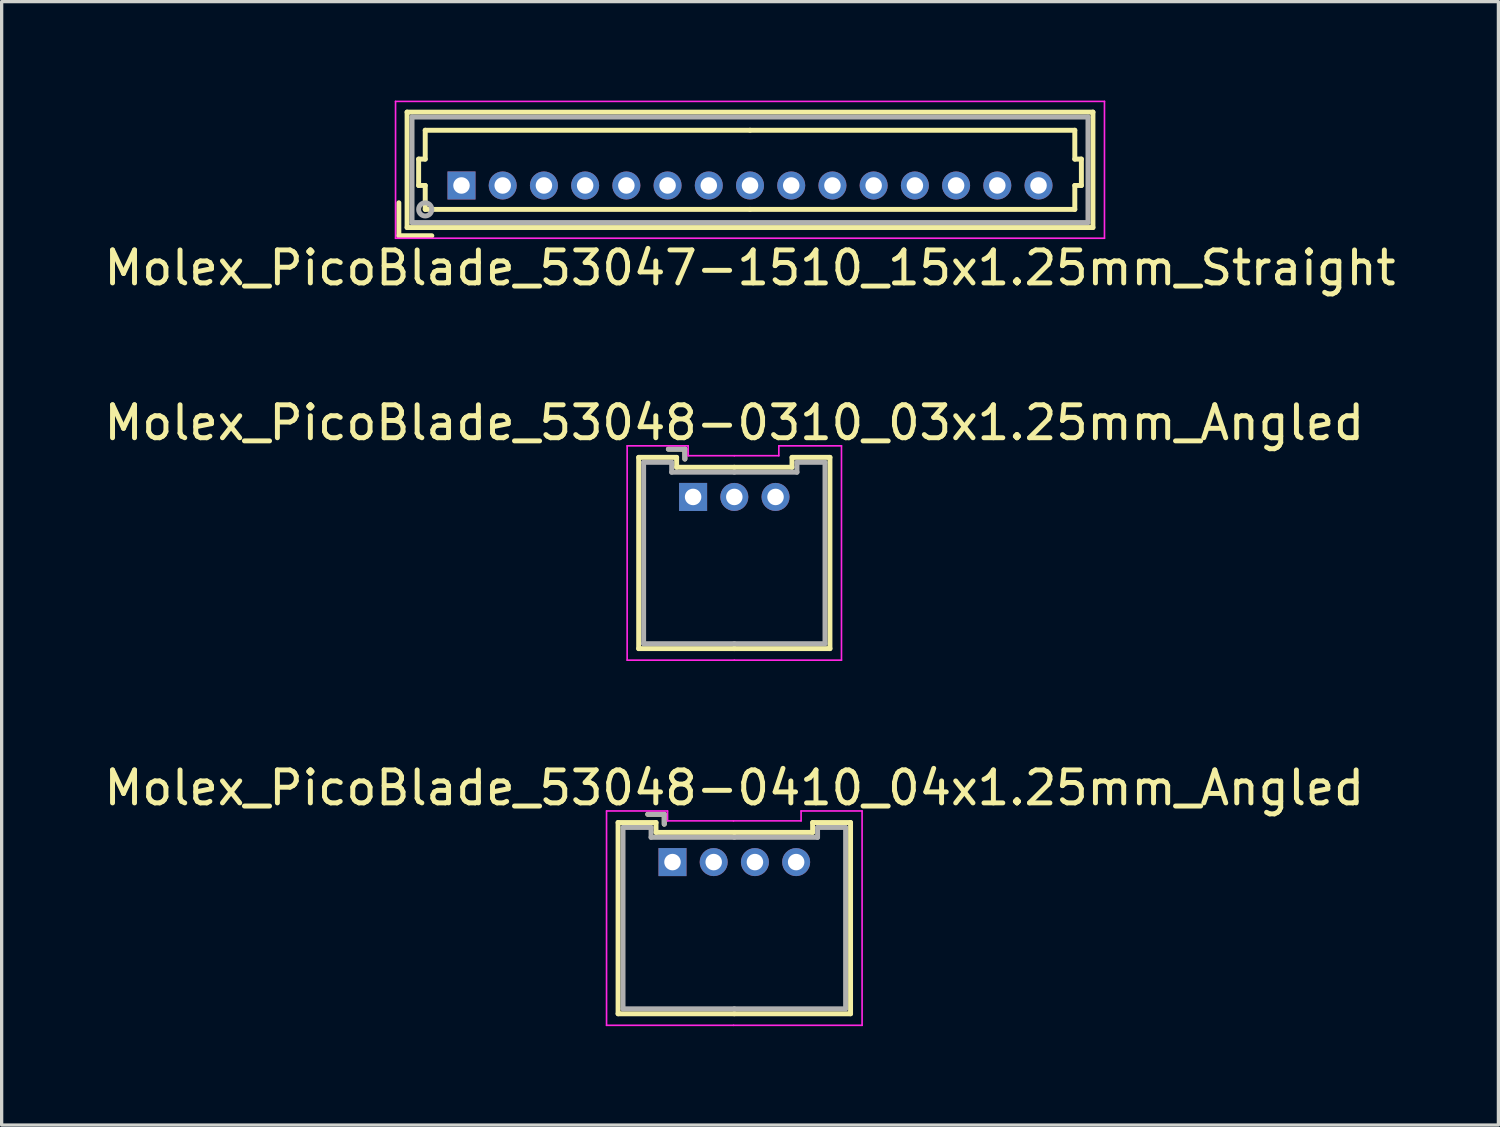
<source format=kicad_pcb>
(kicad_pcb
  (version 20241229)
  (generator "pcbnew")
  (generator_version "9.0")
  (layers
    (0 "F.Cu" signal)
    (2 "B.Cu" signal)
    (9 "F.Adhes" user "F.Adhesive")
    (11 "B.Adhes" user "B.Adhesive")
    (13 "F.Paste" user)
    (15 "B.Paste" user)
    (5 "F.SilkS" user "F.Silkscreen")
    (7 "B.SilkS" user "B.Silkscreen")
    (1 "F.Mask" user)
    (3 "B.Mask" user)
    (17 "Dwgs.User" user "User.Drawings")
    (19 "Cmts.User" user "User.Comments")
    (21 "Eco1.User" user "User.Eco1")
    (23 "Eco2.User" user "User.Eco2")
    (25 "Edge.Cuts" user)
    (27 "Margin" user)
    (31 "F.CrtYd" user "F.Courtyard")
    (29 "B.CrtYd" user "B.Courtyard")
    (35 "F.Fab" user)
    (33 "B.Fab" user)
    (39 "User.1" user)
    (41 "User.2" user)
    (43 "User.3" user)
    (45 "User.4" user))
  (footprint "Molex_PicoBlade_53048-0410_04x1.25mm_Angled"
    (layer "F.Cu")
    (at 17.345 23.095)
    (property "Reference" "Molex_PicoBlade_53048-0410_04x1.25mm_Angled" (at 1.875 -2.25 0) (layer "F.SilkS") (effects (font (size 1 1) (thickness 0.15))))
    (attr through_hole)
    (fp_line (start -1.65 -1.2) (end -1.65 4.6) (stroke (width 0.15) (type solid)) (layer "F.SilkS"))
    (fp_line (start -1.65 4.6) (end 1.875 4.6) (stroke (width 0.15) (type solid)) (layer "F.SilkS"))
    (fp_line (start -0.5 -1.2) (end -1.65 -1.2) (stroke (width 0.15) (type solid)) (layer "F.SilkS"))
    (fp_line (start -0.5 -0.9) (end -0.5 -1.2) (stroke (width 0.15) (type solid)) (layer "F.SilkS"))
    (fp_line (start -0.25 -1.45) (end -0.75 -1.45) (stroke (width 0.15) (type solid)) (layer "F.SilkS"))
    (fp_line (start -0.25 -1.15) (end -0.25 -1.45) (stroke (width 0.15) (type solid)) (layer "F.SilkS"))
    (fp_line (start 1.875 -0.9) (end -0.5 -0.9) (stroke (width 0.15) (type solid)) (layer "F.SilkS"))
    (fp_line (start 1.875 -0.9) (end 4.25 -0.9) (stroke (width 0.15) (type solid)) (layer "F.SilkS"))
    (fp_line (start 4.25 -1.2) (end 5.4 -1.2) (stroke (width 0.15) (type solid)) (layer "F.SilkS"))
    (fp_line (start 4.25 -0.9) (end 4.25 -1.2) (stroke (width 0.15) (type solid)) (layer "F.SilkS"))
    (fp_line (start 5.4 -1.2) (end 5.4 4.6) (stroke (width 0.15) (type solid)) (layer "F.SilkS"))
    (fp_line (start 5.4 4.6) (end 1.875 4.6) (stroke (width 0.15) (type solid)) (layer "F.SilkS"))
    (fp_line (start -2 -1.55) (end -2 4.95) (stroke (width 0.05) (type solid)) (layer "F.CrtYd"))
    (fp_line (start -2 4.95) (end 1.85 4.95) (stroke (width 0.05) (type solid)) (layer "F.CrtYd"))
    (fp_line (start -0.15 -1.55) (end -2 -1.55) (stroke (width 0.05) (type solid)) (layer "F.CrtYd"))
    (fp_line (start -0.15 -1.25) (end -0.15 -1.55) (stroke (width 0.05) (type solid)) (layer "F.CrtYd"))
    (fp_line (start 1.85 -1.25) (end -0.15 -1.25) (stroke (width 0.05) (type solid)) (layer "F.CrtYd"))
    (fp_line (start 1.85 -1.25) (end 3.9 -1.25) (stroke (width 0.05) (type solid)) (layer "F.CrtYd"))
    (fp_line (start 3.9 -1.55) (end 5.75 -1.55) (stroke (width 0.05) (type solid)) (layer "F.CrtYd"))
    (fp_line (start 3.9 -1.25) (end 3.9 -1.55) (stroke (width 0.05) (type solid)) (layer "F.CrtYd"))
    (fp_line (start 5.75 -1.55) (end 5.75 4.95) (stroke (width 0.05) (type solid)) (layer "F.CrtYd"))
    (fp_line (start 5.75 4.95) (end 1.85 4.95) (stroke (width 0.05) (type solid)) (layer "F.CrtYd"))
    (fp_line (start -1.5 -1.05) (end -1.5 4.45) (stroke (width 0.15) (type solid)) (layer "F.Fab"))
    (fp_line (start -1.5 4.45) (end 1.875 4.45) (stroke (width 0.15) (type solid)) (layer "F.Fab"))
    (fp_line (start -0.65 -1.05) (end -1.5 -1.05) (stroke (width 0.15) (type solid)) (layer "F.Fab"))
    (fp_line (start -0.65 -0.75) (end -0.65 -1.05) (stroke (width 0.15) (type solid)) (layer "F.Fab"))
    (fp_line (start -0.25 -1.45) (end -0.75 -1.45) (stroke (width 0.15) (type solid)) (layer "F.Fab"))
    (fp_line (start -0.25 -1.15) (end -0.25 -1.45) (stroke (width 0.15) (type solid)) (layer "F.Fab"))
    (fp_line (start 1.875 -0.75) (end -0.65 -0.75) (stroke (width 0.15) (type solid)) (layer "F.Fab"))
    (fp_line (start 1.875 -0.75) (end 4.4 -0.75) (stroke (width 0.15) (type solid)) (layer "F.Fab"))
    (fp_line (start 4.4 -1.05) (end 5.25 -1.05) (stroke (width 0.15) (type solid)) (layer "F.Fab"))
    (fp_line (start 4.4 -0.75) (end 4.4 -1.05) (stroke (width 0.15) (type solid)) (layer "F.Fab"))
    (fp_line (start 5.25 -1.05) (end 5.25 4.45) (stroke (width 0.15) (type solid)) (layer "F.Fab"))
    (fp_line (start 5.25 4.45) (end 1.875 4.45) (stroke (width 0.15) (type solid)) (layer "F.Fab"))
    (pad "1" thru_hole rect (at 0 0) (size 0.85 0.85) (drill 0.5) (layers "*.Cu" "*.Mask"))
    (pad "2" thru_hole circle (at 1.25 0) (size 0.85 0.85) (drill 0.5) (layers "*.Cu" "*.Mask"))
    (pad "3" thru_hole circle (at 2.5 0) (size 0.85 0.85) (drill 0.5) (layers "*.Cu" "*.Mask"))
    (pad "4" thru_hole circle (at 3.75 0) (size 0.85 0.85) (drill 0.5) (layers "*.Cu" "*.Mask")))
  (footprint "Molex_PicoBlade_53048-0310_03x1.25mm_Angled"
    (layer "F.Cu")
    (at 17.97 12.021)
    (property "Reference" "Molex_PicoBlade_53048-0310_03x1.25mm_Angled" (at 1.25 -2.25 0) (layer "F.SilkS") (effects (font (size 1 1) (thickness 0.15))))
    (attr through_hole)
    (fp_line (start -1.65 -1.2) (end -1.65 4.6) (stroke (width 0.15) (type solid)) (layer "F.SilkS"))
    (fp_line (start -1.65 4.6) (end 1.25 4.6) (stroke (width 0.15) (type solid)) (layer "F.SilkS"))
    (fp_line (start -0.5 -1.2) (end -1.65 -1.2) (stroke (width 0.15) (type solid)) (layer "F.SilkS"))
    (fp_line (start -0.5 -0.9) (end -0.5 -1.2) (stroke (width 0.15) (type solid)) (layer "F.SilkS"))
    (fp_line (start -0.25 -1.45) (end -0.75 -1.45) (stroke (width 0.15) (type solid)) (layer "F.SilkS"))
    (fp_line (start -0.25 -1.15) (end -0.25 -1.45) (stroke (width 0.15) (type solid)) (layer "F.SilkS"))
    (fp_line (start 1.25 -0.9) (end -0.5 -0.9) (stroke (width 0.15) (type solid)) (layer "F.SilkS"))
    (fp_line (start 1.25 -0.9) (end 3 -0.9) (stroke (width 0.15) (type solid)) (layer "F.SilkS"))
    (fp_line (start 3 -1.2) (end 4.15 -1.2) (stroke (width 0.15) (type solid)) (layer "F.SilkS"))
    (fp_line (start 3 -0.9) (end 3 -1.2) (stroke (width 0.15) (type solid)) (layer "F.SilkS"))
    (fp_line (start 4.15 -1.2) (end 4.15 4.6) (stroke (width 0.15) (type solid)) (layer "F.SilkS"))
    (fp_line (start 4.15 4.6) (end 1.25 4.6) (stroke (width 0.15) (type solid)) (layer "F.SilkS"))
    (fp_line (start -2 -1.55) (end -2 4.95) (stroke (width 0.05) (type solid)) (layer "F.CrtYd"))
    (fp_line (start -2 4.95) (end 1.25 4.95) (stroke (width 0.05) (type solid)) (layer "F.CrtYd"))
    (fp_line (start -0.15 -1.55) (end -2 -1.55) (stroke (width 0.05) (type solid)) (layer "F.CrtYd"))
    (fp_line (start -0.15 -1.25) (end -0.15 -1.55) (stroke (width 0.05) (type solid)) (layer "F.CrtYd"))
    (fp_line (start 1.25 -1.25) (end -0.15 -1.25) (stroke (width 0.05) (type solid)) (layer "F.CrtYd"))
    (fp_line (start 1.25 -1.25) (end 2.6 -1.25) (stroke (width 0.05) (type solid)) (layer "F.CrtYd"))
    (fp_line (start 2.6 -1.55) (end 4.5 -1.55) (stroke (width 0.05) (type solid)) (layer "F.CrtYd"))
    (fp_line (start 2.6 -1.25) (end 2.6 -1.55) (stroke (width 0.05) (type solid)) (layer "F.CrtYd"))
    (fp_line (start 4.5 -1.55) (end 4.5 4.95) (stroke (width 0.05) (type solid)) (layer "F.CrtYd"))
    (fp_line (start 4.5 4.95) (end 1.25 4.95) (stroke (width 0.05) (type solid)) (layer "F.CrtYd"))
    (fp_line (start -1.5 -1.05) (end -1.5 4.45) (stroke (width 0.15) (type solid)) (layer "F.Fab"))
    (fp_line (start -1.5 4.45) (end 1.25 4.45) (stroke (width 0.15) (type solid)) (layer "F.Fab"))
    (fp_line (start -0.65 -1.05) (end -1.5 -1.05) (stroke (width 0.15) (type solid)) (layer "F.Fab"))
    (fp_line (start -0.65 -0.75) (end -0.65 -1.05) (stroke (width 0.15) (type solid)) (layer "F.Fab"))
    (fp_line (start -0.25 -1.45) (end -0.75 -1.45) (stroke (width 0.15) (type solid)) (layer "F.Fab"))
    (fp_line (start -0.25 -1.15) (end -0.25 -1.45) (stroke (width 0.15) (type solid)) (layer "F.Fab"))
    (fp_line (start 1.25 -0.75) (end -0.65 -0.75) (stroke (width 0.15) (type solid)) (layer "F.Fab"))
    (fp_line (start 1.25 -0.75) (end 3.15 -0.75) (stroke (width 0.15) (type solid)) (layer "F.Fab"))
    (fp_line (start 3.15 -1.05) (end 4 -1.05) (stroke (width 0.15) (type solid)) (layer "F.Fab"))
    (fp_line (start 3.15 -0.75) (end 3.15 -1.05) (stroke (width 0.15) (type solid)) (layer "F.Fab"))
    (fp_line (start 4 -1.05) (end 4 4.45) (stroke (width 0.15) (type solid)) (layer "F.Fab"))
    (fp_line (start 4 4.45) (end 1.25 4.45) (stroke (width 0.15) (type solid)) (layer "F.Fab"))
    (pad "1" thru_hole rect (at 0 0) (size 0.85 0.85) (drill 0.5) (layers "*.Cu" "*.Mask"))
    (pad "2" thru_hole circle (at 1.25 0) (size 0.85 0.85) (drill 0.5) (layers "*.Cu" "*.Mask"))
    (pad "3" thru_hole circle (at 2.5 0) (size 0.85 0.85) (drill 0.5) (layers "*.Cu" "*.Mask")))
  (footprint "Molex_PicoBlade_53047-1510_15x1.25mm_Straight"
    (layer "F.Cu")
    (at 10.946 2.575)
    (property "Reference" "Molex_PicoBlade_53047-1510_15x1.25mm_Straight" (at 8.75 2.5 0) (layer "F.SilkS") (effects (font (size 1 1) (thickness 0.15))))
    (attr through_hole)
    (fp_line (start -1.9 1.525) (end -1.9 0.525) (stroke (width 0.15) (type solid)) (layer "F.SilkS"))
    (fp_line (start -1.9 1.525) (end -0.9 1.525) (stroke (width 0.15) (type solid)) (layer "F.SilkS"))
    (fp_line (start -1.65 -2.225) (end -1.65 1.275) (stroke (width 0.15) (type solid)) (layer "F.SilkS"))
    (fp_line (start -1.65 1.275) (end 19.15 1.275) (stroke (width 0.15) (type solid)) (layer "F.SilkS"))
    (fp_line (start -1.3 -0.8) (end -1.1 -0.8) (stroke (width 0.15) (type solid)) (layer "F.SilkS"))
    (fp_line (start -1.3 0) (end -1.3 -0.8) (stroke (width 0.15) (type solid)) (layer "F.SilkS"))
    (fp_line (start -1.1 -1.675) (end 8.75 -1.675) (stroke (width 0.15) (type solid)) (layer "F.SilkS"))
    (fp_line (start -1.1 -0.8) (end -1.1 -1.675) (stroke (width 0.15) (type solid)) (layer "F.SilkS"))
    (fp_line (start -1.1 0) (end -1.3 0) (stroke (width 0.15) (type solid)) (layer "F.SilkS"))
    (fp_line (start -1.1 0.725) (end -1.1 0) (stroke (width 0.15) (type solid)) (layer "F.SilkS"))
    (fp_line (start 8.75 0.725) (end -1.1 0.725) (stroke (width 0.15) (type solid)) (layer "F.SilkS"))
    (fp_line (start 8.75 0.725) (end 18.6 0.725) (stroke (width 0.15) (type solid)) (layer "F.SilkS"))
    (fp_line (start 18.6 -1.675) (end 8.75 -1.675) (stroke (width 0.15) (type solid)) (layer "F.SilkS"))
    (fp_line (start 18.6 -0.8) (end 18.6 -1.675) (stroke (width 0.15) (type solid)) (layer "F.SilkS"))
    (fp_line (start 18.6 0) (end 18.8 0) (stroke (width 0.15) (type solid)) (layer "F.SilkS"))
    (fp_line (start 18.6 0.725) (end 18.6 0) (stroke (width 0.15) (type solid)) (layer "F.SilkS"))
    (fp_line (start 18.8 -0.8) (end 18.6 -0.8) (stroke (width 0.15) (type solid)) (layer "F.SilkS"))
    (fp_line (start 18.8 0) (end 18.8 -0.8) (stroke (width 0.15) (type solid)) (layer "F.SilkS"))
    (fp_line (start 19.15 -2.225) (end -1.65 -2.225) (stroke (width 0.15) (type solid)) (layer "F.SilkS"))
    (fp_line (start 19.15 1.275) (end 19.15 -2.225) (stroke (width 0.15) (type solid)) (layer "F.SilkS"))
    (fp_line (start -2 -2.55) (end -2 1.6) (stroke (width 0.05) (type solid)) (layer "F.CrtYd"))
    (fp_line (start -2 1.6) (end 19.5 1.6) (stroke (width 0.05) (type solid)) (layer "F.CrtYd"))
    (fp_line (start 19.5 -2.55) (end -2 -2.55) (stroke (width 0.05) (type solid)) (layer "F.CrtYd"))
    (fp_line (start 19.5 1.6) (end 19.5 -2.55) (stroke (width 0.05) (type solid)) (layer "F.CrtYd"))
    (fp_line (start -1.5 -2.075) (end -1.5 1.125) (stroke (width 0.15) (type solid)) (layer "F.Fab"))
    (fp_line (start -1.5 1.125) (end 19 1.125) (stroke (width 0.15) (type solid)) (layer "F.Fab"))
    (fp_line (start 19 -2.075) (end -1.5 -2.075) (stroke (width 0.15) (type solid)) (layer "F.Fab"))
    (fp_line (start 19 1.125) (end 19 -2.075) (stroke (width 0.15) (type solid)) (layer "F.Fab"))
    (fp_circle (center -1.1 0.725) (end -0.9 0.725) (stroke (width 0.15) (type solid)) (fill no) (layer "F.Fab"))
    (pad "1" thru_hole rect (at 0 0) (size 0.85 0.85) (drill 0.5) (layers "*.Cu" "*.Mask"))
    (pad "2" thru_hole circle (at 1.25 0) (size 0.85 0.85) (drill 0.5) (layers "*.Cu" "*.Mask"))
    (pad "3" thru_hole circle (at 2.5 0) (size 0.85 0.85) (drill 0.5) (layers "*.Cu" "*.Mask"))
    (pad "4" thru_hole circle (at 3.75 0) (size 0.85 0.85) (drill 0.5) (layers "*.Cu" "*.Mask"))
    (pad "5" thru_hole circle (at 5 0) (size 0.85 0.85) (drill 0.5) (layers "*.Cu" "*.Mask"))
    (pad "6" thru_hole circle (at 6.25 0) (size 0.85 0.85) (drill 0.5) (layers "*.Cu" "*.Mask"))
    (pad "7" thru_hole circle (at 7.5 0) (size 0.85 0.85) (drill 0.5) (layers "*.Cu" "*.Mask"))
    (pad "8" thru_hole circle (at 8.75 0) (size 0.85 0.85) (drill 0.5) (layers "*.Cu" "*.Mask"))
    (pad "9" thru_hole circle (at 10 0) (size 0.85 0.85) (drill 0.5) (layers "*.Cu" "*.Mask"))
    (pad "10" thru_hole circle (at 11.25 0) (size 0.85 0.85) (drill 0.5) (layers "*.Cu" "*.Mask"))
    (pad "11" thru_hole circle (at 12.5 0) (size 0.85 0.85) (drill 0.5) (layers "*.Cu" "*.Mask"))
    (pad "12" thru_hole circle (at 13.75 0) (size 0.85 0.85) (drill 0.5) (layers "*.Cu" "*.Mask"))
    (pad "13" thru_hole circle (at 15 0) (size 0.85 0.85) (drill 0.5) (layers "*.Cu" "*.Mask"))
    (pad "14" thru_hole circle (at 16.25 0) (size 0.85 0.85) (drill 0.5) (layers "*.Cu" "*.Mask"))
    (pad "15" thru_hole circle (at 17.5 0) (size 0.85 0.85) (drill 0.5) (layers "*.Cu" "*.Mask")))
  (gr_rect
    (start -3 -3)
    (end 42.393 31.07)
    (stroke (width 0.1) (type default))
    (fill no)
    (layer "Edge.Cuts")))
</source>
